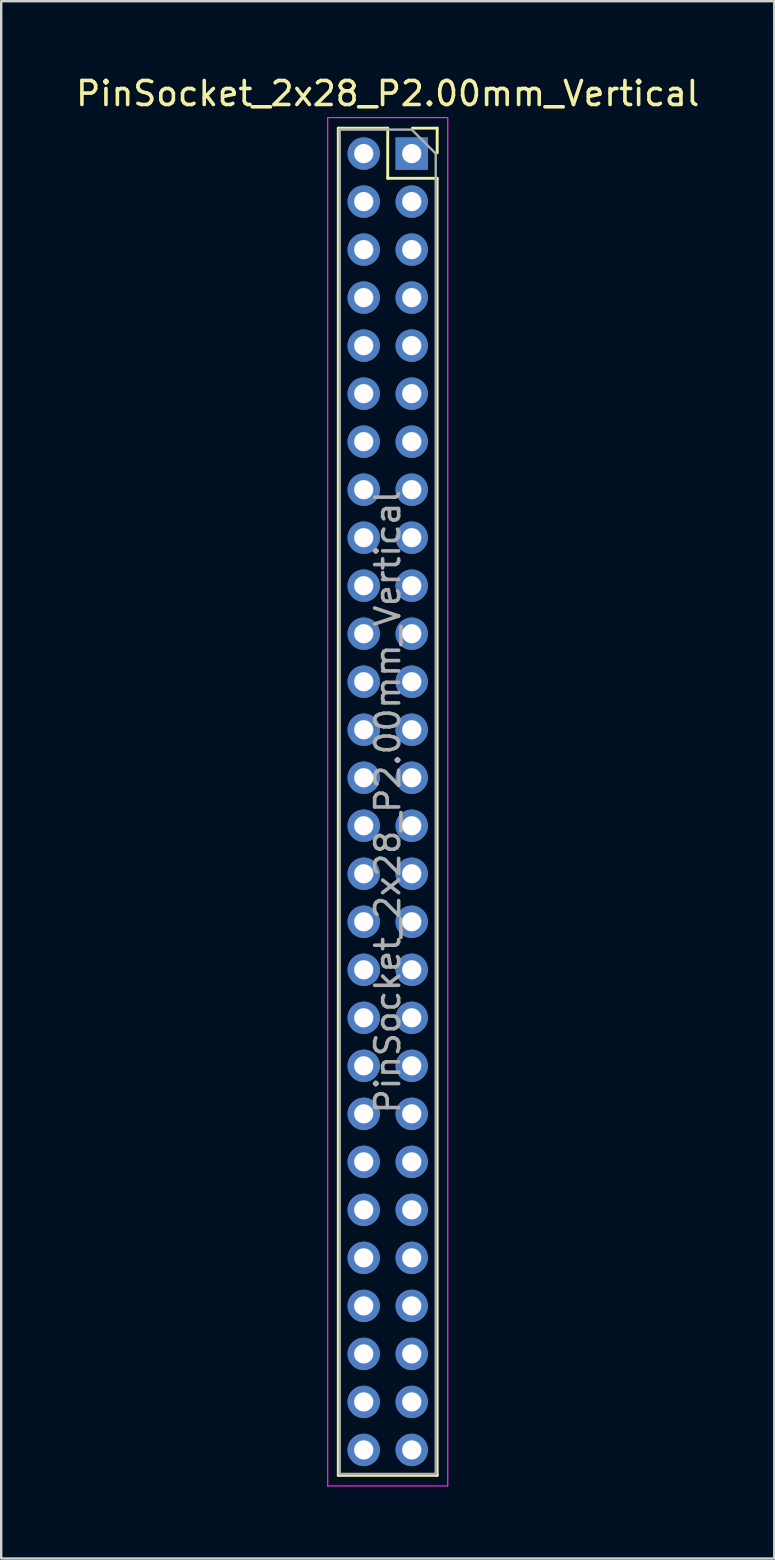
<source format=kicad_pcb>
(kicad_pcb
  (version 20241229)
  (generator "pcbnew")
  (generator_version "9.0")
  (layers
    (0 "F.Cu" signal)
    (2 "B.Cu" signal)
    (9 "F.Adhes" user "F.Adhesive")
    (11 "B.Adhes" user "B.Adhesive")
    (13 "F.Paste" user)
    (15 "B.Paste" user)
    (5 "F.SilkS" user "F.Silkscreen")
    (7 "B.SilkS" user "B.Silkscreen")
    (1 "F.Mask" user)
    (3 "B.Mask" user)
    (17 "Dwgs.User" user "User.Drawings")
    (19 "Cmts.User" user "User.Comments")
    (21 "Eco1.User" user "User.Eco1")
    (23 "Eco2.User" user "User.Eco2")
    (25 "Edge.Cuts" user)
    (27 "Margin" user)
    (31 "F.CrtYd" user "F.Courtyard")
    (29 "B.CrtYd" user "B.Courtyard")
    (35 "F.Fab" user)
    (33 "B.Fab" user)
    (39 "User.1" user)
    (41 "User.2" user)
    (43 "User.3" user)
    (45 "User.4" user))
  (footprint "PinSocket_2x28_P2.00mm_Vertical"
    (layer "F.Cu")
    (at 14.101 3.348)
    (property "Reference" "PinSocket_2x28_P2.00mm_Vertical" (at -1 -2.5 0) (layer "F.SilkS") (effects (font (size 1 1) (thickness 0.15))))
    (attr through_hole)
    (fp_line (start -3.06 -1.06) (end -3.06 55.06) (stroke (width 0.12) (type solid)) (layer "F.SilkS"))
    (fp_line (start -3.06 55.06) (end 1.06 55.06) (stroke (width 0.12) (type solid)) (layer "F.SilkS"))
    (fp_line (start -1 -1.06) (end -3.06 -1.06) (stroke (width 0.12) (type solid)) (layer "F.SilkS"))
    (fp_line (start -1 1.03) (end -1 -1.06) (stroke (width 0.12) (type solid)) (layer "F.SilkS"))
    (fp_line (start 1.06 -1.06) (end 0.03 -1.06) (stroke (width 0.12) (type solid)) (layer "F.SilkS"))
    (fp_line (start 1.06 -0.03) (end 1.06 -1.06) (stroke (width 0.12) (type solid)) (layer "F.SilkS"))
    (fp_line (start 1.06 1.03) (end -1 1.03) (stroke (width 0.12) (type solid)) (layer "F.SilkS"))
    (fp_line (start 1.06 55.06) (end 1.06 1.03) (stroke (width 0.12) (type solid)) (layer "F.SilkS"))
    (fp_line (start -3.5 -1.5) (end 1.5 -1.5) (stroke (width 0.05) (type solid)) (layer "F.CrtYd"))
    (fp_line (start -3.5 55.5) (end -3.5 -1.5) (stroke (width 0.05) (type solid)) (layer "F.CrtYd"))
    (fp_line (start 1.5 -1.5) (end 1.5 55.5) (stroke (width 0.05) (type solid)) (layer "F.CrtYd"))
    (fp_line (start 1.5 55.5) (end -3.5 55.5) (stroke (width 0.05) (type solid)) (layer "F.CrtYd"))
    (fp_line (start -3 -1) (end 0 -1) (stroke (width 0.1) (type solid)) (layer "F.Fab"))
    (fp_line (start -3 55) (end -3 -1) (stroke (width 0.1) (type solid)) (layer "F.Fab"))
    (fp_line (start 0 -1) (end 1 0) (stroke (width 0.1) (type solid)) (layer "F.Fab"))
    (fp_line (start 1 0) (end 1 55) (stroke (width 0.1) (type solid)) (layer "F.Fab"))
    (fp_line (start 1 55) (end -3 55) (stroke (width 0.1) (type solid)) (layer "F.Fab"))
    (fp_text user "${REFERENCE}" (at -1 27 90) (layer "F.Fab") (effects (font (size 1 1) (thickness 0.15))))
    (pad "1" thru_hole rect (at 0 0) (size 1.35 1.35) (drill 0.8) (layers "*.Cu" "*.Mask"))
    (pad "2" thru_hole oval (at -2 0) (size 1.35 1.35) (drill 0.8) (layers "*.Cu" "*.Mask"))
    (pad "3" thru_hole oval (at 0 2) (size 1.35 1.35) (drill 0.8) (layers "*.Cu" "*.Mask"))
    (pad "4" thru_hole oval (at -2 2) (size 1.35 1.35) (drill 0.8) (layers "*.Cu" "*.Mask"))
    (pad "5" thru_hole oval (at 0 4) (size 1.35 1.35) (drill 0.8) (layers "*.Cu" "*.Mask"))
    (pad "6" thru_hole oval (at -2 4) (size 1.35 1.35) (drill 0.8) (layers "*.Cu" "*.Mask"))
    (pad "7" thru_hole oval (at 0 6) (size 1.35 1.35) (drill 0.8) (layers "*.Cu" "*.Mask"))
    (pad "8" thru_hole oval (at -2 6) (size 1.35 1.35) (drill 0.8) (layers "*.Cu" "*.Mask"))
    (pad "9" thru_hole oval (at 0 8) (size 1.35 1.35) (drill 0.8) (layers "*.Cu" "*.Mask"))
    (pad "10" thru_hole oval (at -2 8) (size 1.35 1.35) (drill 0.8) (layers "*.Cu" "*.Mask"))
    (pad "11" thru_hole oval (at 0 10) (size 1.35 1.35) (drill 0.8) (layers "*.Cu" "*.Mask"))
    (pad "12" thru_hole oval (at -2 10) (size 1.35 1.35) (drill 0.8) (layers "*.Cu" "*.Mask"))
    (pad "13" thru_hole oval (at 0 12) (size 1.35 1.35) (drill 0.8) (layers "*.Cu" "*.Mask"))
    (pad "14" thru_hole oval (at -2 12) (size 1.35 1.35) (drill 0.8) (layers "*.Cu" "*.Mask"))
    (pad "15" thru_hole oval (at 0 14) (size 1.35 1.35) (drill 0.8) (layers "*.Cu" "*.Mask"))
    (pad "16" thru_hole oval (at -2 14) (size 1.35 1.35) (drill 0.8) (layers "*.Cu" "*.Mask"))
    (pad "17" thru_hole oval (at 0 16) (size 1.35 1.35) (drill 0.8) (layers "*.Cu" "*.Mask"))
    (pad "18" thru_hole oval (at -2 16) (size 1.35 1.35) (drill 0.8) (layers "*.Cu" "*.Mask"))
    (pad "19" thru_hole oval (at 0 18) (size 1.35 1.35) (drill 0.8) (layers "*.Cu" "*.Mask"))
    (pad "20" thru_hole oval (at -2 18) (size 1.35 1.35) (drill 0.8) (layers "*.Cu" "*.Mask"))
    (pad "21" thru_hole oval (at 0 20) (size 1.35 1.35) (drill 0.8) (layers "*.Cu" "*.Mask"))
    (pad "22" thru_hole oval (at -2 20) (size 1.35 1.35) (drill 0.8) (layers "*.Cu" "*.Mask"))
    (pad "23" thru_hole oval (at 0 22) (size 1.35 1.35) (drill 0.8) (layers "*.Cu" "*.Mask"))
    (pad "24" thru_hole oval (at -2 22) (size 1.35 1.35) (drill 0.8) (layers "*.Cu" "*.Mask"))
    (pad "25" thru_hole oval (at 0 24) (size 1.35 1.35) (drill 0.8) (layers "*.Cu" "*.Mask"))
    (pad "26" thru_hole oval (at -2 24) (size 1.35 1.35) (drill 0.8) (layers "*.Cu" "*.Mask"))
    (pad "27" thru_hole oval (at 0 26) (size 1.35 1.35) (drill 0.8) (layers "*.Cu" "*.Mask"))
    (pad "28" thru_hole oval (at -2 26) (size 1.35 1.35) (drill 0.8) (layers "*.Cu" "*.Mask"))
    (pad "29" thru_hole oval (at 0 28) (size 1.35 1.35) (drill 0.8) (layers "*.Cu" "*.Mask"))
    (pad "30" thru_hole oval (at -2 28) (size 1.35 1.35) (drill 0.8) (layers "*.Cu" "*.Mask"))
    (pad "31" thru_hole oval (at 0 30) (size 1.35 1.35) (drill 0.8) (layers "*.Cu" "*.Mask"))
    (pad "32" thru_hole oval (at -2 30) (size 1.35 1.35) (drill 0.8) (layers "*.Cu" "*.Mask"))
    (pad "33" thru_hole oval (at 0 32) (size 1.35 1.35) (drill 0.8) (layers "*.Cu" "*.Mask"))
    (pad "34" thru_hole oval (at -2 32) (size 1.35 1.35) (drill 0.8) (layers "*.Cu" "*.Mask"))
    (pad "35" thru_hole oval (at 0 34) (size 1.35 1.35) (drill 0.8) (layers "*.Cu" "*.Mask"))
    (pad "36" thru_hole oval (at -2 34) (size 1.35 1.35) (drill 0.8) (layers "*.Cu" "*.Mask"))
    (pad "37" thru_hole oval (at 0 36) (size 1.35 1.35) (drill 0.8) (layers "*.Cu" "*.Mask"))
    (pad "38" thru_hole oval (at -2 36) (size 1.35 1.35) (drill 0.8) (layers "*.Cu" "*.Mask"))
    (pad "39" thru_hole oval (at 0 38) (size 1.35 1.35) (drill 0.8) (layers "*.Cu" "*.Mask"))
    (pad "40" thru_hole oval (at -2 38) (size 1.35 1.35) (drill 0.8) (layers "*.Cu" "*.Mask"))
    (pad "41" thru_hole oval (at 0 40) (size 1.35 1.35) (drill 0.8) (layers "*.Cu" "*.Mask"))
    (pad "42" thru_hole oval (at -2 40) (size 1.35 1.35) (drill 0.8) (layers "*.Cu" "*.Mask"))
    (pad "43" thru_hole oval (at 0 42) (size 1.35 1.35) (drill 0.8) (layers "*.Cu" "*.Mask"))
    (pad "44" thru_hole oval (at -2 42) (size 1.35 1.35) (drill 0.8) (layers "*.Cu" "*.Mask"))
    (pad "45" thru_hole oval (at 0 44) (size 1.35 1.35) (drill 0.8) (layers "*.Cu" "*.Mask"))
    (pad "46" thru_hole oval (at -2 44) (size 1.35 1.35) (drill 0.8) (layers "*.Cu" "*.Mask"))
    (pad "47" thru_hole oval (at 0 46) (size 1.35 1.35) (drill 0.8) (layers "*.Cu" "*.Mask"))
    (pad "48" thru_hole oval (at -2 46) (size 1.35 1.35) (drill 0.8) (layers "*.Cu" "*.Mask"))
    (pad "49" thru_hole oval (at 0 48) (size 1.35 1.35) (drill 0.8) (layers "*.Cu" "*.Mask"))
    (pad "50" thru_hole oval (at -2 48) (size 1.35 1.35) (drill 0.8) (layers "*.Cu" "*.Mask"))
    (pad "51" thru_hole oval (at 0 50) (size 1.35 1.35) (drill 0.8) (layers "*.Cu" "*.Mask"))
    (pad "52" thru_hole oval (at -2 50) (size 1.35 1.35) (drill 0.8) (layers "*.Cu" "*.Mask"))
    (pad "53" thru_hole oval (at 0 52) (size 1.35 1.35) (drill 0.8) (layers "*.Cu" "*.Mask"))
    (pad "54" thru_hole oval (at -2 52) (size 1.35 1.35) (drill 0.8) (layers "*.Cu" "*.Mask"))
    (pad "55" thru_hole oval (at 0 54) (size 1.35 1.35) (drill 0.8) (layers "*.Cu" "*.Mask"))
    (pad "56" thru_hole oval (at -2 54) (size 1.35 1.35) (drill 0.8) (layers "*.Cu" "*.Mask")))
  (gr_rect
    (start -3 -3)
    (end 29.202 61.873)
    (stroke (width 0.1) (type default))
    (fill no)
    (layer "Edge.Cuts")))
</source>
